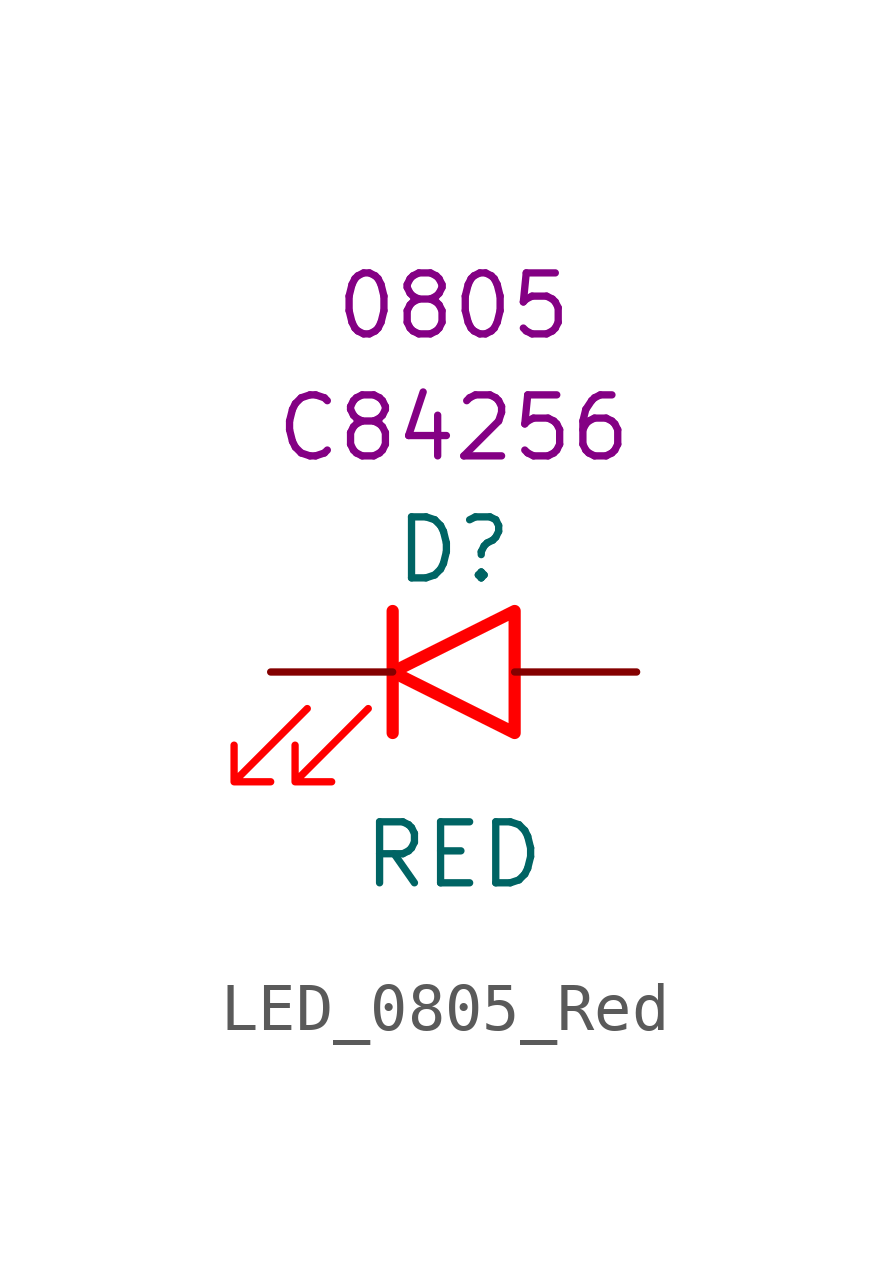
<source format=kicad_sym>
(kicad_symbol_lib
  (version 20220914)
  (generator kicad_symbol_editor)
  (symbol "LED_0805_Red"
    (pin_numbers hide)
    (pin_names
      (offset 1.016) hide)
    (property "Reference" "D"
      (at 0 2.54 0)
      (effects (font (size 1.27 1.27))))
    (property "Value" "RED"
      (at 0 -3.81 0)
      (effects (font (size 1.27 1.27))))
    (property "LCSC" "C84256"
      (at 0 5.08 0)
      (effects (font (size 1.27 1.27))))
    (property "Package" "0805"
      (at 0 7.62 0)
      (effects (font (size 1.27 1.27))))
    (symbol "LED_0805_Red_1_1"
      (polyline (pts (xy -1.27 -1.27) (xy -1.27 1.27)) (stroke (width 0.254) (type default) (color 255 0 0 1)) (fill (type none)))
      (polyline (pts (xy 1.27 -1.27) (xy 1.27 1.27) (xy -1.27 0) (xy 1.27 -1.27)) (stroke (width 0.254) (type default) (color 255 0 0 1)) (fill (type none)))
      (polyline (pts (xy -3.048 -0.762) (xy -4.572 -2.286) (xy -3.81 -2.286) (xy -4.572 -2.286) (xy -4.572 -1.524)) (stroke (width 0) (type default) (color 255 0 0 1)) (fill (type none)))
      (polyline (pts (xy -1.778 -0.762) (xy -3.302 -2.286) (xy -2.54 -2.286) (xy -3.302 -2.286) (xy -3.302 -1.524)) (stroke (width 0) (type default) (color 255 0 0 1)) (fill (type none)))
      (pin passive line (at -3.81 0 0) (length 2.54) (name "K" (effects (font (size 1.27 1.27)))) (number "1" (effects (font (size 1.27 1.27)))))
      (pin passive line (at 3.81 0 180) (length 2.54) (name "A" (effects (font (size 1.27 1.27)))) (number "2" (effects (font (size 1.27 1.27))))))))
</source>
